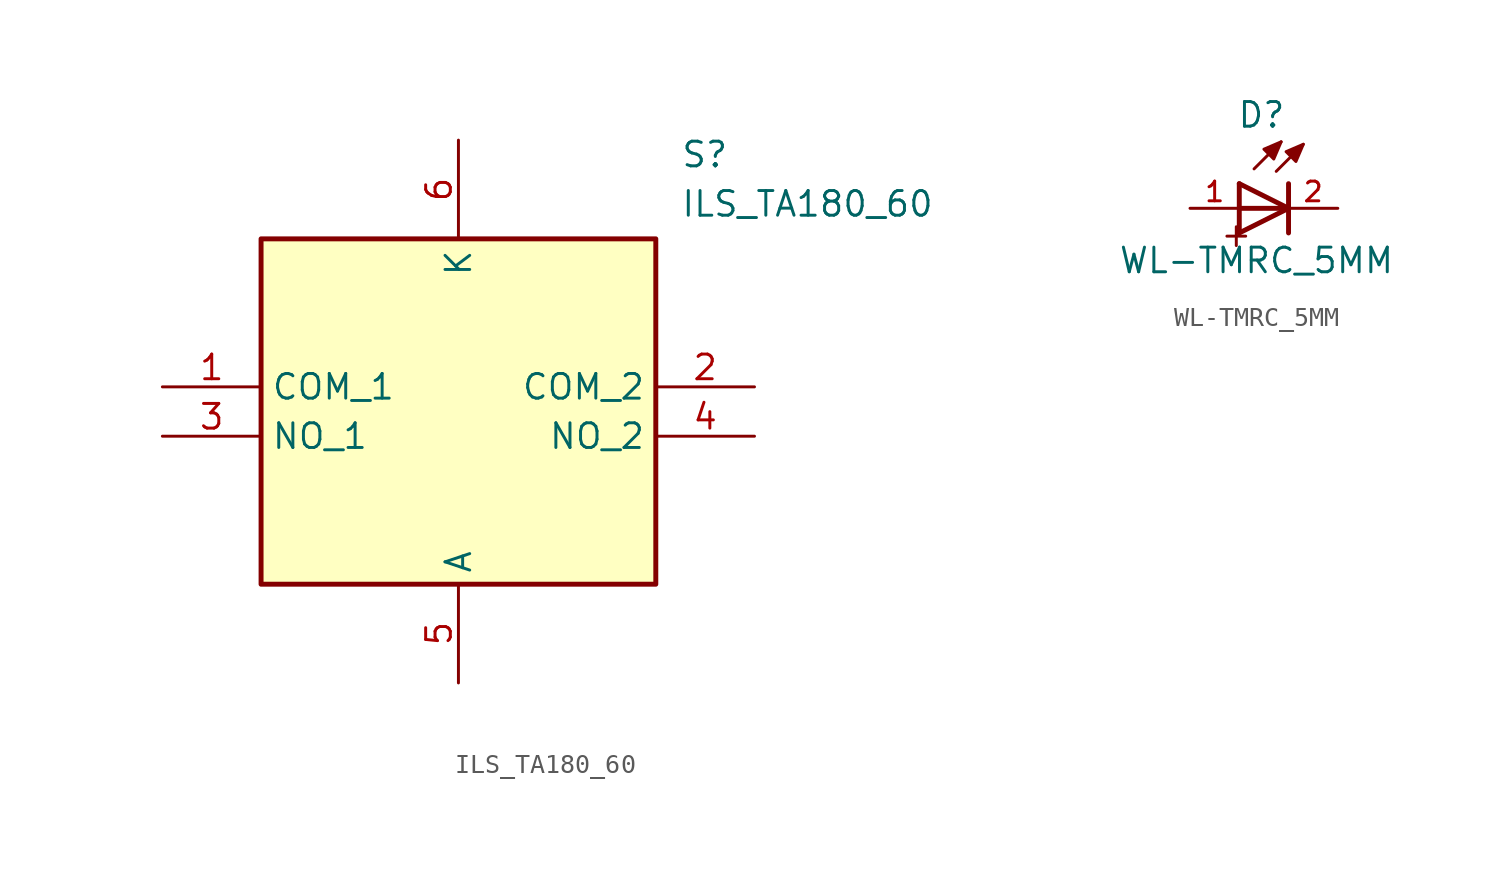
<source format=kicad_sym>
(kicad_symbol_lib
  (version 20231120)
  (generator "kicad_symbol_editor")
  (generator_version "8.0")
  (symbol "ILS_TA180_60"
    (property "Reference" "S"
      (at 26.67 12.7 0)
      (effects (font (size 1.27 1.27)) (justify left top)))
    (property "Value" "ILS_TA180_60"
      (at 26.67 10.16 0)
      (effects (font (size 1.27 1.27)) (justify left top)))
    (symbol "ILS_TA180_60_1_1"
      (rectangle (start 5.08 7.62) (end 25.4 -10.16) (stroke (width 0.254) (type default)) (fill (type background)))
      (pin passive line (at 0 0 0) (length 5.08) (name "COM_1" (effects (font (size 1.27 1.27)))) (number "1" (effects (font (size 1.27 1.27)))))
      (pin passive line (at 30.48 0 180) (length 5.08) (name "COM_2" (effects (font (size 1.27 1.27)))) (number "2" (effects (font (size 1.27 1.27)))))
      (pin passive line (at 0 -2.54 0) (length 5.08) (name "NO_1" (effects (font (size 1.27 1.27)))) (number "3" (effects (font (size 1.27 1.27)))))
      (pin passive line (at 30.48 -2.54 180) (length 5.08) (name "NO_2" (effects (font (size 1.27 1.27)))) (number "4" (effects (font (size 1.27 1.27)))))
      (pin passive line (at 15.24 -15.24 90) (length 5.08) (name "A" (effects (font (size 1.27 1.27)))) (number "5" (effects (font (size 1.27 1.27)))))
      (pin passive line (at 15.24 12.7 270) (length 5.08) (name "K" (effects (font (size 1.27 1.27)))) (number "6" (effects (font (size 1.27 1.27)))))))
  (symbol "WL-TMRC_5MM"
    (pin_names
      (offset 1.016))
    (property "Reference" "D"
      (at -1.396 4.072 0)
      (effects (font (size 1.27 1.27)) (justify bottom)))
    (property "Value" "WL-TMRC_5MM"
      (at -1.652 -3.436 0)
      (effects (font (size 1.27 1.27)) (justify bottom)))
    (symbol "WL-TMRC_5MM_0_0"
      (polyline (pts (xy -2.54 -1.27) (xy -2.54 0)) (stroke (width 0.254) (type default)) (fill (type none)))
      (polyline (pts (xy -2.54 -1.27) (xy 0 0)) (stroke (width 0.254) (type default)) (fill (type none)))
      (polyline (pts (xy -2.54 0) (xy -2.54 1.27)) (stroke (width 0.254) (type default)) (fill (type none)))
      (polyline (pts (xy -1.778 2.032) (xy -0.381 3.429)) (stroke (width 0.152) (type default)) (fill (type none)))
      (polyline (pts (xy -0.635 1.905) (xy 0.762 3.302)) (stroke (width 0.152) (type default)) (fill (type none)))
      (polyline (pts (xy 0 -1.27) (xy 0 0)) (stroke (width 0.254) (type default)) (fill (type none)))
      (polyline (pts (xy 0 0) (xy -2.54 0)) (stroke (width 0.254) (type default)) (fill (type none)))
      (polyline (pts (xy 0 0) (xy -2.54 1.27)) (stroke (width 0.254) (type default)) (fill (type none)))
      (polyline (pts (xy 0 0) (xy 0 1.27)) (stroke (width 0.254) (type default)) (fill (type none)))
      (polyline (pts (xy -0.381 3.429) (xy -1.27 3.048) (xy -0.762 2.54) (xy -0.381 3.429)) (stroke (width 0.152) (type default)) (fill (type outline)))
      (polyline (pts (xy 0.762 3.302) (xy -0.127 2.921) (xy 0.381 2.413) (xy 0.762 3.302)) (stroke (width 0.152) (type default)) (fill (type outline)))
      (text "+" (at -3.58 -1.34 0) (effects (font (size 1.27 1.27)) (justify left)))
      (pin passive line (at -5.08 0 0) (length 2.54) (name "~" (effects (font (size 1.016 1.016)))) (number "1" (effects (font (size 1.016 1.016)))))
      (pin passive line (at 2.54 0 180) (length 2.54) (name "~" (effects (font (size 1.016 1.016)))) (number "2" (effects (font (size 1.016 1.016))))))))
</source>
